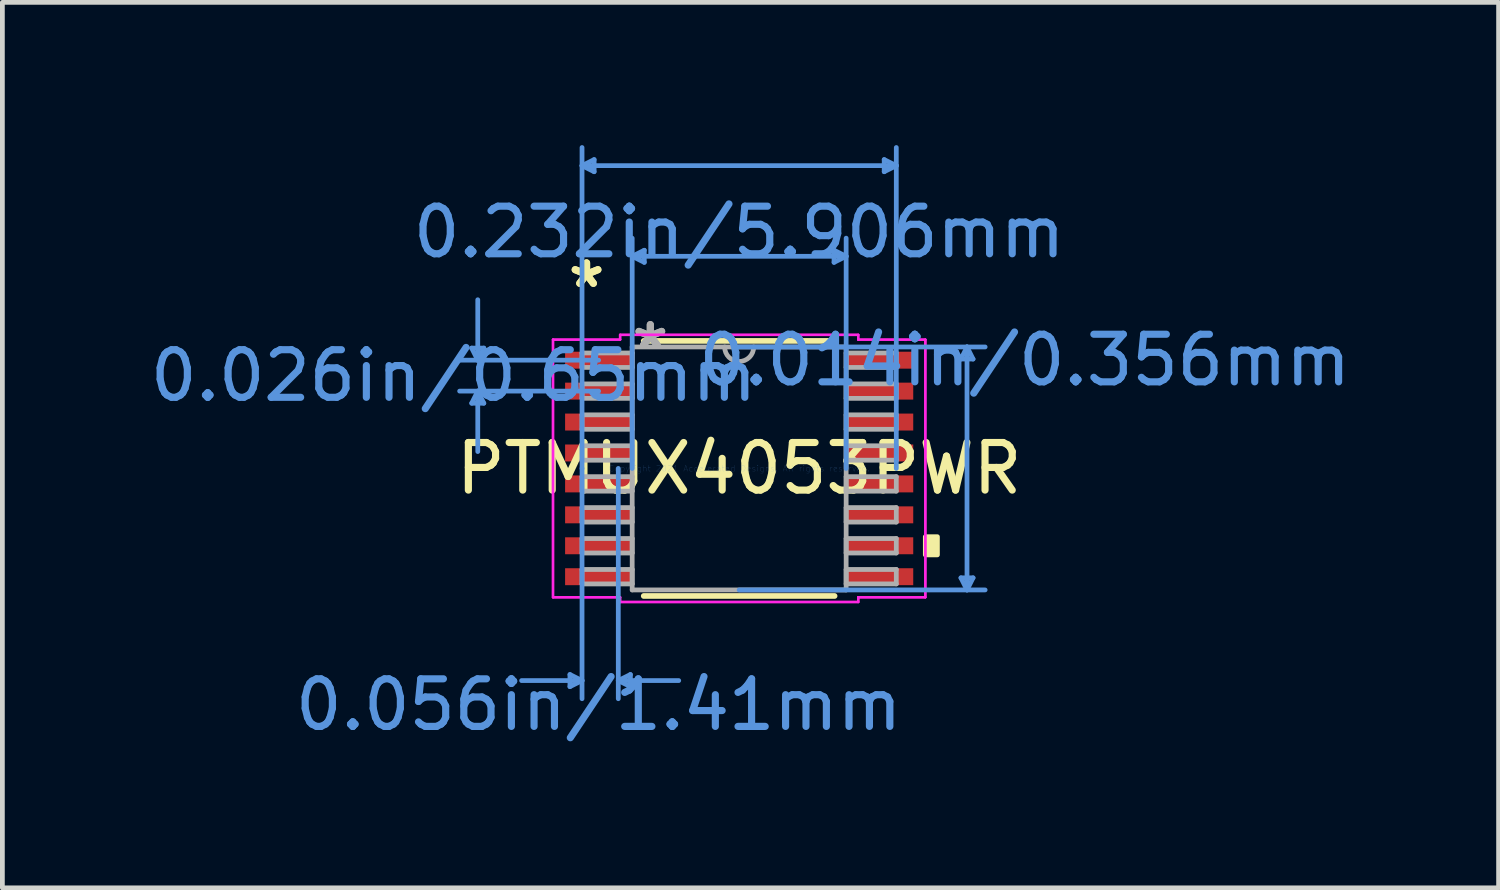
<source format=kicad_pcb>
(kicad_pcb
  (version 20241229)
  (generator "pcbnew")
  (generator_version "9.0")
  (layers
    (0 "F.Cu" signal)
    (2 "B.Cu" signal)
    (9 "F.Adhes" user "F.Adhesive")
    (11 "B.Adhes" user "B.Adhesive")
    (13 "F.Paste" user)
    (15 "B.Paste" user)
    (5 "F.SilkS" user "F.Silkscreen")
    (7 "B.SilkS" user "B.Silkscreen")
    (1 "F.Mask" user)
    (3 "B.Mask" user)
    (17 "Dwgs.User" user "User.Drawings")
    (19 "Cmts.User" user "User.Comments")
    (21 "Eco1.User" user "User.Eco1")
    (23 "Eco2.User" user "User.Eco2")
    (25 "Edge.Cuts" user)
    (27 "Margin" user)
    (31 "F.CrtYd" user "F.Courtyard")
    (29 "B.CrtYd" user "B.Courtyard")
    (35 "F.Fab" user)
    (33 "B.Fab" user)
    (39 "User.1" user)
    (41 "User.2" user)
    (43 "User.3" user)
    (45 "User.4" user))
  (footprint "PTMUX4053PWR"
    (layer "F.Cu")
    (at 12.483 6.794)
    (property "Reference" "PTMUX4053PWR" (at 0 0 0) (layer "F.SilkS") (effects (font (size 1 1) (thickness 0.15))))
    (attr through_hole)
    (fp_line (start -2.005 2.68) (end 2.005 2.68) (stroke (width 0.12) (type solid)) (layer "F.SilkS"))
    (fp_line (start 2.005 -2.68) (end -2.005 -2.68) (stroke (width 0.12) (type solid)) (layer "F.SilkS"))
    (fp_poly (pts (xy 4.166 1.435) (xy 4.166 1.816) (xy 3.912 1.816) (xy 3.912 1.435)) (stroke (width 0.1) (type solid)) (fill yes) (layer "F.SilkS"))
    (fp_line (start -5.62 -2.529) (end -5.366 -2.529) (stroke (width 0.1) (type solid)) (layer "Cmts.User"))
    (fp_line (start -5.62 -1.371) (end -5.366 -1.371) (stroke (width 0.1) (type solid)) (layer "Cmts.User"))
    (fp_line (start -5.493 -2.275) (end -5.62 -2.529) (stroke (width 0.1) (type solid)) (layer "Cmts.User"))
    (fp_line (start -5.493 -2.275) (end -5.493 -3.545) (stroke (width 0.1) (type solid)) (layer "Cmts.User"))
    (fp_line (start -5.493 -2.275) (end -5.366 -2.529) (stroke (width 0.1) (type solid)) (layer "Cmts.User"))
    (fp_line (start -5.493 -1.625) (end -5.62 -1.371) (stroke (width 0.1) (type solid)) (layer "Cmts.User"))
    (fp_line (start -5.493 -1.625) (end -5.493 -0.355) (stroke (width 0.1) (type solid)) (layer "Cmts.User"))
    (fp_line (start -5.493 -1.625) (end -5.366 -1.371) (stroke (width 0.1) (type solid)) (layer "Cmts.User"))
    (fp_line (start -3.556 4.331) (end -3.556 4.585) (stroke (width 0.1) (type solid)) (layer "Cmts.User"))
    (fp_line (start -3.302 -6.363) (end -3.048 -6.49) (stroke (width 0.1) (type solid)) (layer "Cmts.User"))
    (fp_line (start -3.302 -6.363) (end -3.048 -6.236) (stroke (width 0.1) (type solid)) (layer "Cmts.User"))
    (fp_line (start -3.302 -6.363) (end 3.302 -6.363) (stroke (width 0.1) (type solid)) (layer "Cmts.User"))
    (fp_line (start -3.302 0) (end -3.302 -6.744) (stroke (width 0.1) (type solid)) (layer "Cmts.User"))
    (fp_line (start -3.302 0) (end -3.302 4.839) (stroke (width 0.1) (type solid)) (layer "Cmts.User"))
    (fp_line (start -3.302 4.458) (end -4.572 4.458) (stroke (width 0.1) (type solid)) (layer "Cmts.User"))
    (fp_line (start -3.302 4.458) (end -3.556 4.331) (stroke (width 0.1) (type solid)) (layer "Cmts.User"))
    (fp_line (start -3.302 4.458) (end -3.556 4.585) (stroke (width 0.1) (type solid)) (layer "Cmts.User"))
    (fp_line (start -3.048 -6.49) (end -3.048 -6.236) (stroke (width 0.1) (type solid)) (layer "Cmts.User"))
    (fp_line (start -2.953 -2.275) (end -5.874 -2.275) (stroke (width 0.1) (type solid)) (layer "Cmts.User"))
    (fp_line (start -2.953 -1.625) (end -5.874 -1.625) (stroke (width 0.1) (type solid)) (layer "Cmts.User"))
    (fp_line (start -2.54 0) (end -2.54 4.839) (stroke (width 0.1) (type solid)) (layer "Cmts.User"))
    (fp_line (start -2.54 4.458) (end -2.286 4.331) (stroke (width 0.1) (type solid)) (layer "Cmts.User"))
    (fp_line (start -2.54 4.458) (end -2.286 4.585) (stroke (width 0.1) (type solid)) (layer "Cmts.User"))
    (fp_line (start -2.54 4.458) (end -1.27 4.458) (stroke (width 0.1) (type solid)) (layer "Cmts.User"))
    (fp_line (start -2.286 4.331) (end -2.286 4.585) (stroke (width 0.1) (type solid)) (layer "Cmts.User"))
    (fp_line (start -2.248 -4.458) (end -1.994 -4.585) (stroke (width 0.1) (type solid)) (layer "Cmts.User"))
    (fp_line (start -2.248 -4.458) (end -1.994 -4.331) (stroke (width 0.1) (type solid)) (layer "Cmts.User"))
    (fp_line (start -2.248 -4.458) (end 2.248 -4.458) (stroke (width 0.1) (type solid)) (layer "Cmts.User"))
    (fp_line (start -2.248 0) (end -2.248 -4.839) (stroke (width 0.1) (type solid)) (layer "Cmts.User"))
    (fp_line (start -1.994 -4.585) (end -1.994 -4.331) (stroke (width 0.1) (type solid)) (layer "Cmts.User"))
    (fp_line (start 0 -2.553) (end 5.169 -2.553) (stroke (width 0.1) (type solid)) (layer "Cmts.User"))
    (fp_line (start 0 2.553) (end 5.169 2.553) (stroke (width 0.1) (type solid)) (layer "Cmts.User"))
    (fp_line (start 1.994 -4.585) (end 1.994 -4.331) (stroke (width 0.1) (type solid)) (layer "Cmts.User"))
    (fp_line (start 2.248 -4.458) (end 1.994 -4.585) (stroke (width 0.1) (type solid)) (layer "Cmts.User"))
    (fp_line (start 2.248 -4.458) (end 1.994 -4.331) (stroke (width 0.1) (type solid)) (layer "Cmts.User"))
    (fp_line (start 2.248 0) (end 2.248 -4.839) (stroke (width 0.1) (type solid)) (layer "Cmts.User"))
    (fp_line (start 3.048 -6.49) (end 3.048 -6.236) (stroke (width 0.1) (type solid)) (layer "Cmts.User"))
    (fp_line (start 3.302 -6.363) (end 3.048 -6.49) (stroke (width 0.1) (type solid)) (layer "Cmts.User"))
    (fp_line (start 3.302 -6.363) (end 3.048 -6.236) (stroke (width 0.1) (type solid)) (layer "Cmts.User"))
    (fp_line (start 3.302 0) (end 3.302 -6.744) (stroke (width 0.1) (type solid)) (layer "Cmts.User"))
    (fp_line (start 4.661 -2.299) (end 4.915 -2.299) (stroke (width 0.1) (type solid)) (layer "Cmts.User"))
    (fp_line (start 4.661 2.299) (end 4.915 2.299) (stroke (width 0.1) (type solid)) (layer "Cmts.User"))
    (fp_line (start 4.788 -2.553) (end 4.661 -2.299) (stroke (width 0.1) (type solid)) (layer "Cmts.User"))
    (fp_line (start 4.788 -2.553) (end 4.788 2.553) (stroke (width 0.1) (type solid)) (layer "Cmts.User"))
    (fp_line (start 4.788 -2.553) (end 4.915 -2.299) (stroke (width 0.1) (type solid)) (layer "Cmts.User"))
    (fp_line (start 4.788 2.553) (end 4.661 2.299) (stroke (width 0.1) (type solid)) (layer "Cmts.User"))
    (fp_line (start 4.788 2.553) (end 4.915 2.299) (stroke (width 0.1) (type solid)) (layer "Cmts.User"))
    (fp_line (start -3.912 -2.707) (end -2.502 -2.707) (stroke (width 0.05) (type solid)) (layer "F.CrtYd"))
    (fp_line (start -3.912 -2.707) (end -2.502 -2.707) (stroke (width 0.05) (type solid)) (layer "F.CrtYd"))
    (fp_line (start -3.912 2.707) (end -3.912 -2.707) (stroke (width 0.05) (type solid)) (layer "F.CrtYd"))
    (fp_line (start -3.912 2.707) (end -3.912 -2.707) (stroke (width 0.05) (type solid)) (layer "F.CrtYd"))
    (fp_line (start -3.912 2.707) (end -2.502 2.707) (stroke (width 0.05) (type solid)) (layer "F.CrtYd"))
    (fp_line (start -2.502 -2.807) (end 2.502 -2.807) (stroke (width 0.05) (type solid)) (layer "F.CrtYd"))
    (fp_line (start -2.502 -2.807) (end 2.502 -2.807) (stroke (width 0.05) (type solid)) (layer "F.CrtYd"))
    (fp_line (start -2.502 -2.707) (end -2.502 -2.807) (stroke (width 0.05) (type solid)) (layer "F.CrtYd"))
    (fp_line (start -2.502 -2.707) (end -2.502 -2.807) (stroke (width 0.05) (type solid)) (layer "F.CrtYd"))
    (fp_line (start -2.502 2.707) (end -3.912 2.707) (stroke (width 0.05) (type solid)) (layer "F.CrtYd"))
    (fp_line (start -2.502 2.807) (end -2.502 2.707) (stroke (width 0.05) (type solid)) (layer "F.CrtYd"))
    (fp_line (start -2.502 2.807) (end -2.502 2.707) (stroke (width 0.05) (type solid)) (layer "F.CrtYd"))
    (fp_line (start 2.502 -2.807) (end 2.502 -2.707) (stroke (width 0.05) (type solid)) (layer "F.CrtYd"))
    (fp_line (start 2.502 -2.807) (end 2.502 -2.707) (stroke (width 0.05) (type solid)) (layer "F.CrtYd"))
    (fp_line (start 2.502 -2.707) (end 3.912 -2.707) (stroke (width 0.05) (type solid)) (layer "F.CrtYd"))
    (fp_line (start 2.502 2.707) (end 2.502 2.807) (stroke (width 0.05) (type solid)) (layer "F.CrtYd"))
    (fp_line (start 2.502 2.707) (end 2.502 2.807) (stroke (width 0.05) (type solid)) (layer "F.CrtYd"))
    (fp_line (start 2.502 2.807) (end -2.502 2.807) (stroke (width 0.05) (type solid)) (layer "F.CrtYd"))
    (fp_line (start 2.502 2.807) (end -2.502 2.807) (stroke (width 0.05) (type solid)) (layer "F.CrtYd"))
    (fp_line (start 3.912 -2.707) (end 2.502 -2.707) (stroke (width 0.05) (type solid)) (layer "F.CrtYd"))
    (fp_line (start 3.912 -2.707) (end 3.912 2.707) (stroke (width 0.05) (type solid)) (layer "F.CrtYd"))
    (fp_line (start 3.912 -2.707) (end 3.912 2.707) (stroke (width 0.05) (type solid)) (layer "F.CrtYd"))
    (fp_line (start 3.912 2.707) (end 2.502 2.707) (stroke (width 0.05) (type solid)) (layer "F.CrtYd"))
    (fp_line (start 3.912 2.707) (end 2.502 2.707) (stroke (width 0.05) (type solid)) (layer "F.CrtYd"))
    (fp_line (start -3.302 -2.427) (end -3.302 -2.123) (stroke (width 0.1) (type solid)) (layer "F.Fab"))
    (fp_line (start -3.302 -2.123) (end -2.248 -2.123) (stroke (width 0.1) (type solid)) (layer "F.Fab"))
    (fp_line (start -3.302 -1.777) (end -3.302 -1.473) (stroke (width 0.1) (type solid)) (layer "F.Fab"))
    (fp_line (start -3.302 -1.473) (end -2.248 -1.473) (stroke (width 0.1) (type solid)) (layer "F.Fab"))
    (fp_line (start -3.302 -1.127) (end -3.302 -0.823) (stroke (width 0.1) (type solid)) (layer "F.Fab"))
    (fp_line (start -3.302 -0.823) (end -2.248 -0.823) (stroke (width 0.1) (type solid)) (layer "F.Fab"))
    (fp_line (start -3.302 -0.477) (end -3.302 -0.173) (stroke (width 0.1) (type solid)) (layer "F.Fab"))
    (fp_line (start -3.302 -0.173) (end -2.248 -0.173) (stroke (width 0.1) (type solid)) (layer "F.Fab"))
    (fp_line (start -3.302 0.173) (end -3.302 0.477) (stroke (width 0.1) (type solid)) (layer "F.Fab"))
    (fp_line (start -3.302 0.477) (end -2.248 0.477) (stroke (width 0.1) (type solid)) (layer "F.Fab"))
    (fp_line (start -3.302 0.823) (end -3.302 1.127) (stroke (width 0.1) (type solid)) (layer "F.Fab"))
    (fp_line (start -3.302 1.127) (end -2.248 1.127) (stroke (width 0.1) (type solid)) (layer "F.Fab"))
    (fp_line (start -3.302 1.473) (end -3.302 1.777) (stroke (width 0.1) (type solid)) (layer "F.Fab"))
    (fp_line (start -3.302 1.777) (end -2.248 1.777) (stroke (width 0.1) (type solid)) (layer "F.Fab"))
    (fp_line (start -3.302 2.123) (end -3.302 2.427) (stroke (width 0.1) (type solid)) (layer "F.Fab"))
    (fp_line (start -3.302 2.427) (end -2.248 2.427) (stroke (width 0.1) (type solid)) (layer "F.Fab"))
    (fp_line (start -2.248 -2.553) (end -2.248 2.553) (stroke (width 0.1) (type solid)) (layer "F.Fab"))
    (fp_line (start -2.248 -2.427) (end -3.302 -2.427) (stroke (width 0.1) (type solid)) (layer "F.Fab"))
    (fp_line (start -2.248 -2.123) (end -2.248 -2.427) (stroke (width 0.1) (type solid)) (layer "F.Fab"))
    (fp_line (start -2.248 -1.777) (end -3.302 -1.777) (stroke (width 0.1) (type solid)) (layer "F.Fab"))
    (fp_line (start -2.248 -1.473) (end -2.248 -1.777) (stroke (width 0.1) (type solid)) (layer "F.Fab"))
    (fp_line (start -2.248 -1.127) (end -3.302 -1.127) (stroke (width 0.1) (type solid)) (layer "F.Fab"))
    (fp_line (start -2.248 -0.823) (end -2.248 -1.127) (stroke (width 0.1) (type solid)) (layer "F.Fab"))
    (fp_line (start -2.248 -0.477) (end -3.302 -0.477) (stroke (width 0.1) (type solid)) (layer "F.Fab"))
    (fp_line (start -2.248 -0.173) (end -2.248 -0.477) (stroke (width 0.1) (type solid)) (layer "F.Fab"))
    (fp_line (start -2.248 0.173) (end -3.302 0.173) (stroke (width 0.1) (type solid)) (layer "F.Fab"))
    (fp_line (start -2.248 0.477) (end -2.248 0.173) (stroke (width 0.1) (type solid)) (layer "F.Fab"))
    (fp_line (start -2.248 0.823) (end -3.302 0.823) (stroke (width 0.1) (type solid)) (layer "F.Fab"))
    (fp_line (start -2.248 1.127) (end -2.248 0.823) (stroke (width 0.1) (type solid)) (layer "F.Fab"))
    (fp_line (start -2.248 1.473) (end -3.302 1.473) (stroke (width 0.1) (type solid)) (layer "F.Fab"))
    (fp_line (start -2.248 1.777) (end -2.248 1.473) (stroke (width 0.1) (type solid)) (layer "F.Fab"))
    (fp_line (start -2.248 2.123) (end -3.302 2.123) (stroke (width 0.1) (type solid)) (layer "F.Fab"))
    (fp_line (start -2.248 2.427) (end -2.248 2.123) (stroke (width 0.1) (type solid)) (layer "F.Fab"))
    (fp_line (start -2.248 2.553) (end 2.248 2.553) (stroke (width 0.1) (type solid)) (layer "F.Fab"))
    (fp_line (start 2.248 -2.553) (end -2.248 -2.553) (stroke (width 0.1) (type solid)) (layer "F.Fab"))
    (fp_line (start 2.248 -2.427) (end 2.248 -2.123) (stroke (width 0.1) (type solid)) (layer "F.Fab"))
    (fp_line (start 2.248 -2.123) (end 3.302 -2.123) (stroke (width 0.1) (type solid)) (layer "F.Fab"))
    (fp_line (start 2.248 -1.777) (end 2.248 -1.473) (stroke (width 0.1) (type solid)) (layer "F.Fab"))
    (fp_line (start 2.248 -1.473) (end 3.302 -1.473) (stroke (width 0.1) (type solid)) (layer "F.Fab"))
    (fp_line (start 2.248 -1.127) (end 2.248 -0.823) (stroke (width 0.1) (type solid)) (layer "F.Fab"))
    (fp_line (start 2.248 -0.823) (end 3.302 -0.823) (stroke (width 0.1) (type solid)) (layer "F.Fab"))
    (fp_line (start 2.248 -0.477) (end 2.248 -0.173) (stroke (width 0.1) (type solid)) (layer "F.Fab"))
    (fp_line (start 2.248 -0.173) (end 3.302 -0.173) (stroke (width 0.1) (type solid)) (layer "F.Fab"))
    (fp_line (start 2.248 0.173) (end 2.248 0.477) (stroke (width 0.1) (type solid)) (layer "F.Fab"))
    (fp_line (start 2.248 0.477) (end 3.302 0.477) (stroke (width 0.1) (type solid)) (layer "F.Fab"))
    (fp_line (start 2.248 0.823) (end 2.248 1.127) (stroke (width 0.1) (type solid)) (layer "F.Fab"))
    (fp_line (start 2.248 1.127) (end 3.302 1.127) (stroke (width 0.1) (type solid)) (layer "F.Fab"))
    (fp_line (start 2.248 1.473) (end 2.248 1.777) (stroke (width 0.1) (type solid)) (layer "F.Fab"))
    (fp_line (start 2.248 1.777) (end 3.302 1.777) (stroke (width 0.1) (type solid)) (layer "F.Fab"))
    (fp_line (start 2.248 2.123) (end 2.248 2.427) (stroke (width 0.1) (type solid)) (layer "F.Fab"))
    (fp_line (start 2.248 2.427) (end 3.302 2.427) (stroke (width 0.1) (type solid)) (layer "F.Fab"))
    (fp_line (start 2.248 2.553) (end 2.248 -2.553) (stroke (width 0.1) (type solid)) (layer "F.Fab"))
    (fp_line (start 3.302 -2.427) (end 2.248 -2.427) (stroke (width 0.1) (type solid)) (layer "F.Fab"))
    (fp_line (start 3.302 -2.123) (end 3.302 -2.427) (stroke (width 0.1) (type solid)) (layer "F.Fab"))
    (fp_line (start 3.302 -1.777) (end 2.248 -1.777) (stroke (width 0.1) (type solid)) (layer "F.Fab"))
    (fp_line (start 3.302 -1.473) (end 3.302 -1.777) (stroke (width 0.1) (type solid)) (layer "F.Fab"))
    (fp_line (start 3.302 -1.127) (end 2.248 -1.127) (stroke (width 0.1) (type solid)) (layer "F.Fab"))
    (fp_line (start 3.302 -0.823) (end 3.302 -1.127) (stroke (width 0.1) (type solid)) (layer "F.Fab"))
    (fp_line (start 3.302 -0.477) (end 2.248 -0.477) (stroke (width 0.1) (type solid)) (layer "F.Fab"))
    (fp_line (start 3.302 -0.173) (end 3.302 -0.477) (stroke (width 0.1) (type solid)) (layer "F.Fab"))
    (fp_line (start 3.302 0.173) (end 2.248 0.173) (stroke (width 0.1) (type solid)) (layer "F.Fab"))
    (fp_line (start 3.302 0.477) (end 3.302 0.173) (stroke (width 0.1) (type solid)) (layer "F.Fab"))
    (fp_line (start 3.302 0.823) (end 2.248 0.823) (stroke (width 0.1) (type solid)) (layer "F.Fab"))
    (fp_line (start 3.302 1.127) (end 3.302 0.823) (stroke (width 0.1) (type solid)) (layer "F.Fab"))
    (fp_line (start 3.302 1.473) (end 2.248 1.473) (stroke (width 0.1) (type solid)) (layer "F.Fab"))
    (fp_line (start 3.302 1.777) (end 3.302 1.473) (stroke (width 0.1) (type solid)) (layer "F.Fab"))
    (fp_line (start 3.302 2.123) (end 2.248 2.123) (stroke (width 0.1) (type solid)) (layer "F.Fab"))
    (fp_line (start 3.302 2.427) (end 3.302 2.123) (stroke (width 0.1) (type solid)) (layer "F.Fab"))
    (fp_arc (start 0.3048 -2.5527) (mid 0 -2.2479) (end -0.3048 -2.5527) (stroke (width 0.1) (type solid)) (layer "F.Fab"))
    (fp_text user "*" (at -3.207 -3.774 0) (layer "F.SilkS") (effects (font (size 1 1) (thickness 0.15))))
    (fp_text user "*" (at -3.207 -3.774 0) (layer "F.SilkS") (effects (font (size 1 1) (thickness 0.15))))
    (fp_text user "0.026in/0.65mm" (at -6.001 -1.95 0) (layer "Cmts.User") (effects (font (size 1 1) (thickness 0.15))))
    (fp_text user "0.056in/1.41mm" (at -2.953 4.966 0) (layer "Cmts.User") (effects (font (size 1 1) (thickness 0.15))))
    (fp_text user "Copyright 2021 Accelerated Designs. All rights reserved." (at 0 0 0) (layer "Cmts.User") (effects (font (size 0.127 0.127) (thickness 0.002))))
    (fp_text user "0.232in/5.906mm" (at 0 -4.966 0) (layer "Cmts.User") (effects (font (size 1 1) (thickness 0.15))))
    (fp_text user "0.014in/0.356mm" (at 6.001 -2.275 0) (layer "Cmts.User") (effects (font (size 1 1) (thickness 0.15))))
    (fp_text user "*" (at -1.867 -2.477 0) (layer "F.Fab") (effects (font (size 1 1) (thickness 0.15))))
    (fp_text user "*" (at -1.867 -2.477 0) (layer "F.Fab") (effects (font (size 1 1) (thickness 0.15))))
    (pad "1" smd rect (at -2.953 -2.275) (size 1.41 0.356) (layers "F.Cu" "F.Mask" "F.Paste"))
    (pad "2" smd rect (at -2.953 -1.625) (size 1.41 0.356) (layers "F.Cu" "F.Mask" "F.Paste"))
    (pad "3" smd rect (at -2.953 -0.975) (size 1.41 0.356) (layers "F.Cu" "F.Mask" "F.Paste"))
    (pad "4" smd rect (at -2.953 -0.325) (size 1.41 0.356) (layers "F.Cu" "F.Mask" "F.Paste"))
    (pad "5" smd rect (at -2.953 0.325) (size 1.41 0.356) (layers "F.Cu" "F.Mask" "F.Paste"))
    (pad "6" smd rect (at -2.953 0.975) (size 1.41 0.356) (layers "F.Cu" "F.Mask" "F.Paste"))
    (pad "7" smd rect (at -2.953 1.625) (size 1.41 0.356) (layers "F.Cu" "F.Mask" "F.Paste"))
    (pad "8" smd rect (at -2.953 2.275) (size 1.41 0.356) (layers "F.Cu" "F.Mask" "F.Paste"))
    (pad "9" smd rect (at 2.953 2.275) (size 1.41 0.356) (layers "F.Cu" "F.Mask" "F.Paste"))
    (pad "10" smd rect (at 2.953 1.625) (size 1.41 0.356) (layers "F.Cu" "F.Mask" "F.Paste"))
    (pad "11" smd rect (at 2.953 0.975) (size 1.41 0.356) (layers "F.Cu" "F.Mask" "F.Paste"))
    (pad "12" smd rect (at 2.953 0.325) (size 1.41 0.356) (layers "F.Cu" "F.Mask" "F.Paste"))
    (pad "13" smd rect (at 2.953 -0.325) (size 1.41 0.356) (layers "F.Cu" "F.Mask" "F.Paste"))
    (pad "14" smd rect (at 2.953 -0.975) (size 1.41 0.356) (layers "F.Cu" "F.Mask" "F.Paste"))
    (pad "15" smd rect (at 2.953 -1.625) (size 1.41 0.356) (layers "F.Cu" "F.Mask" "F.Paste"))
    (pad "16" smd rect (at 2.953 -2.275) (size 1.41 0.356) (layers "F.Cu" "F.Mask" "F.Paste")))
  (gr_rect
    (start -3 -3)
    (end 28.442 15.608)
    (stroke (width 0.1) (type default))
    (fill no)
    (layer "Edge.Cuts")))
</source>
